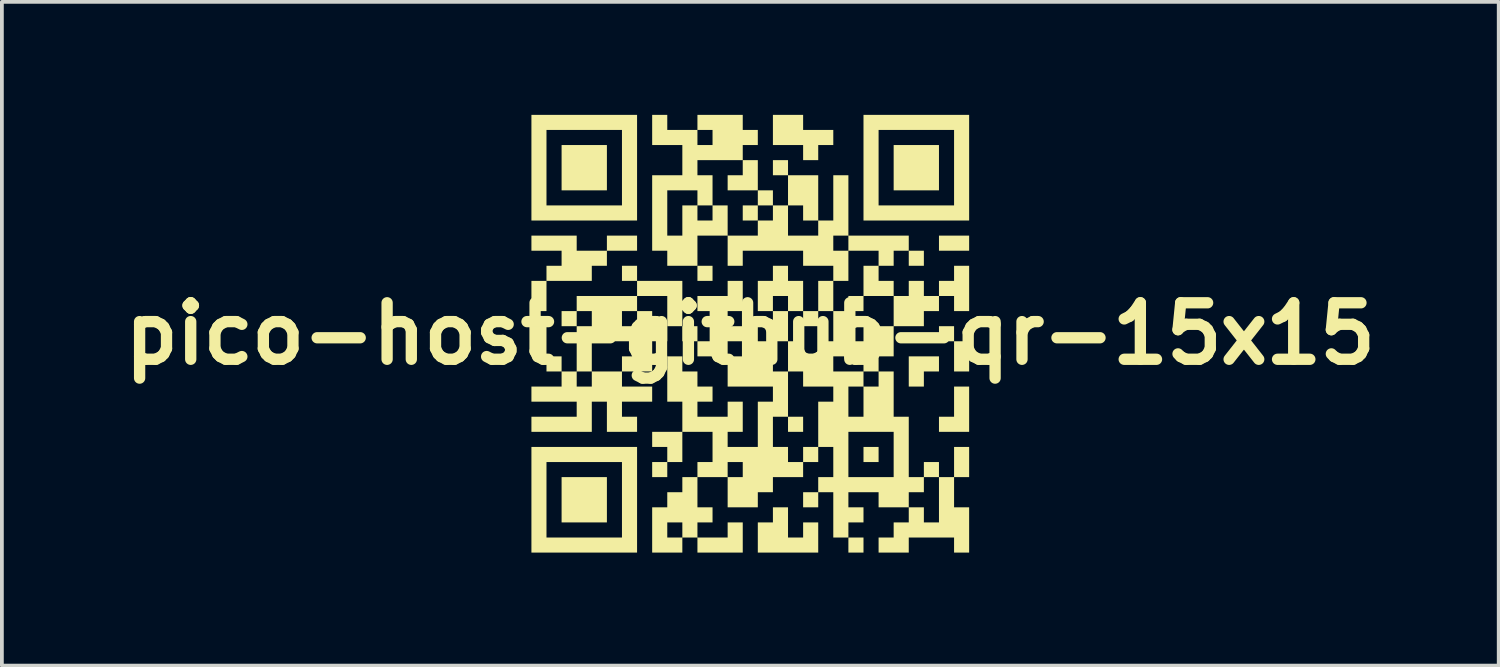
<source format=kicad_pcb>
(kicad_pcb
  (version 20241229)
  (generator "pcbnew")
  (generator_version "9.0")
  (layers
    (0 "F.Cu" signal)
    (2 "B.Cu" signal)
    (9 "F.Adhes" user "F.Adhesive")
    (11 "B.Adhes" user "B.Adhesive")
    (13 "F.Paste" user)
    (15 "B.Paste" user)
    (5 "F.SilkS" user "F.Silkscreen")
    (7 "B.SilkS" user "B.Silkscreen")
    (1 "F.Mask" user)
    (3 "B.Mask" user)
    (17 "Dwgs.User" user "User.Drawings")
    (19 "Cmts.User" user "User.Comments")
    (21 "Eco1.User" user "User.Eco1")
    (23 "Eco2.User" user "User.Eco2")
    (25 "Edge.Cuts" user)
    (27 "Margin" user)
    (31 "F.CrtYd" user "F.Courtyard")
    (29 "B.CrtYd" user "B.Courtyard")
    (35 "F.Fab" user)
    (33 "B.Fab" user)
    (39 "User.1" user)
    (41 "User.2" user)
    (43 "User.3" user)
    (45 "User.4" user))
  (footprint "pico-host-github-qr-15x15"
    (layer "F.Cu")
    (at 16.871 5.811)
    (property "Reference" "pico-host-github-qr-15x15" (at 0 0 0) (layer "F.SilkS") (effects (font (size 1.5 1.5) (thickness 0.3))))
    (attr board_only exclude_from_pos_files exclude_from_bom)
    (fp_poly (pts (xy -5.411 0.2) (xy -5.411 0.601) (xy -5.611 0.601) (xy -5.811 0.601) (xy -5.811 0.2) (xy -5.811 -0.2) (xy -5.611 -0.2) (xy -5.411 -0.2)) (stroke (width 0) (type solid)) (fill yes) (layer "F.SilkS"))
    (fp_poly (pts (xy -3.807 -4.409) (xy -3.807 -3.807) (xy -4.409 -3.807) (xy -5.01 -3.807) (xy -5.01 -4.409) (xy -5.01 -5.01) (xy -4.409 -5.01) (xy -3.807 -5.01)) (stroke (width 0) (type solid)) (fill yes) (layer "F.SilkS"))
    (fp_poly (pts (xy -3.807 4.409) (xy -3.807 5.01) (xy -4.409 5.01) (xy -5.01 5.01) (xy -5.01 4.409) (xy -5.01 3.807) (xy -4.409 3.807) (xy -3.807 3.807)) (stroke (width 0) (type solid)) (fill yes) (layer "F.SilkS"))
    (fp_poly (pts (xy -3.006 -1.603) (xy -3.006 -1.403) (xy -3.206 -1.403) (xy -3.407 -1.403) (xy -3.407 -1.603) (xy -3.407 -1.804) (xy -3.206 -1.804) (xy -3.006 -1.804)) (stroke (width 0) (type solid)) (fill yes) (layer "F.SilkS"))
    (fp_poly (pts (xy -1.002 -1.603) (xy -1.002 -1.403) (xy -1.202 -1.403) (xy -1.403 -1.403) (xy -1.403 -1.603) (xy -1.403 -1.804) (xy -1.202 -1.804) (xy -1.002 -1.804)) (stroke (width 0) (type solid)) (fill yes) (layer "F.SilkS"))
    (fp_poly (pts (xy 0.2 -3.206) (xy 0.2 -3.006) (xy 0 -3.006) (xy -0.2 -3.006) (xy -0.2 -3.206) (xy -0.2 -3.407) (xy 0 -3.407) (xy 0.2 -3.407)) (stroke (width 0) (type solid)) (fill yes) (layer "F.SilkS"))
    (fp_poly (pts (xy 1.002 -4.409) (xy 1.002 -4.208) (xy 0.802 -4.208) (xy 0.601 -4.208) (xy 0.601 -4.409) (xy 0.601 -4.609) (xy 0.802 -4.609) (xy 1.002 -4.609)) (stroke (width 0) (type solid)) (fill yes) (layer "F.SilkS"))
    (fp_poly (pts (xy 1.403 2.405) (xy 1.403 2.605) (xy 1.202 2.605) (xy 1.002 2.605) (xy 1.002 2.405) (xy 1.002 2.204) (xy 1.202 2.204) (xy 1.403 2.204)) (stroke (width 0) (type solid)) (fill yes) (layer "F.SilkS"))
    (fp_poly (pts (xy 3.006 -0.802) (xy 3.006 -0.601) (xy 2.806 -0.601) (xy 2.605 -0.601) (xy 2.605 -0.802) (xy 2.605 -1.002) (xy 2.806 -1.002) (xy 3.006 -1.002)) (stroke (width 0) (type solid)) (fill yes) (layer "F.SilkS"))
    (fp_poly (pts (xy 3.006 5.611) (xy 3.006 5.811) (xy 2.806 5.811) (xy 2.605 5.811) (xy 2.605 5.611) (xy 2.605 5.411) (xy 2.806 5.411) (xy 3.006 5.411)) (stroke (width 0) (type solid)) (fill yes) (layer "F.SilkS"))
    (fp_poly (pts (xy 3.407 3.206) (xy 3.407 3.407) (xy 3.206 3.407) (xy 3.006 3.407) (xy 3.006 3.206) (xy 3.006 3.006) (xy 3.206 3.006) (xy 3.407 3.006)) (stroke (width 0) (type solid)) (fill yes) (layer "F.SilkS"))
    (fp_poly (pts (xy 4.609 -2.004) (xy 4.609 -1.804) (xy 4.409 -1.804) (xy 4.208 -1.804) (xy 4.208 -2.004) (xy 4.208 -2.204) (xy 4.409 -2.204) (xy 4.609 -2.204)) (stroke (width 0) (type solid)) (fill yes) (layer "F.SilkS"))
    (fp_poly (pts (xy 5.01 -4.409) (xy 5.01 -3.807) (xy 4.409 -3.807) (xy 3.807 -3.807) (xy 3.807 -4.409) (xy 3.807 -5.01) (xy 4.409 -5.01) (xy 5.01 -5.01)) (stroke (width 0) (type solid)) (fill yes) (layer "F.SilkS"))
    (fp_poly (pts (xy 5.411 0) (xy 5.411 0.2) (xy 5.21 0.2) (xy 5.01 0.2) (xy 5.01 0) (xy 5.01 -0.2) (xy 5.21 -0.2) (xy 5.411 -0.2)) (stroke (width 0) (type solid)) (fill yes) (layer "F.SilkS"))
    (fp_poly (pts (xy 5.811 -2.405) (xy 5.811 -2.204) (xy 5.411 -2.204) (xy 5.01 -2.204) (xy 5.01 -2.405) (xy 5.01 -2.605) (xy 5.411 -2.605) (xy 5.811 -2.605)) (stroke (width 0) (type solid)) (fill yes) (layer "F.SilkS"))
    (fp_poly (pts (xy 5.811 0.601) (xy 5.811 1.002) (xy 5.611 1.002) (xy 5.411 1.002) (xy 5.411 0.601) (xy 5.411 0.2) (xy 5.611 0.2) (xy 5.811 0.2)) (stroke (width 0) (type solid)) (fill yes) (layer "F.SilkS"))
    (fp_poly (pts (xy 0.2 -4.208) (xy 0.2 -3.807) (xy -0.2 -3.807) (xy -0.601 -3.807) (xy -0.601 -4.008) (xy -0.601 -4.208) (xy -0.401 -4.208) (xy -0.2 -4.208) (xy -0.2 -4.409) (xy -0.2 -4.609) (xy 0 -4.609) (xy 0.2 -4.609)) (stroke (width 0) (type solid)) (fill yes) (layer "F.SilkS"))
    (fp_poly (pts (xy 5.01 0.802) (xy 5.01 1.002) (xy 4.809 1.002) (xy 4.609 1.002) (xy 4.609 1.202) (xy 4.609 1.403) (xy 4.409 1.403) (xy 4.208 1.403) (xy 4.208 1.002) (xy 4.208 0.601) (xy 4.609 0.601) (xy 5.01 0.601)) (stroke (width 0) (type solid)) (fill yes) (layer "F.SilkS"))
    (fp_poly (pts (xy 5.811 2.004) (xy 5.811 2.605) (xy 5.411 2.605) (xy 5.01 2.605) (xy 5.01 2.405) (xy 5.01 2.204) (xy 5.21 2.204) (xy 5.411 2.204) (xy 5.411 1.804) (xy 5.411 1.403) (xy 5.611 1.403) (xy 5.811 1.403)) (stroke (width 0) (type solid)) (fill yes) (layer "F.SilkS"))
    (fp_poly (pts (xy -3.006 -4.409) (xy -3.006 -3.006) (xy -4.409 -3.006) (xy -5.811 -3.006) (xy -5.811 -4.409) (xy -5.811 -5.411) (xy -5.411 -5.411) (xy -5.411 -4.409) (xy -5.411 -3.407) (xy -4.409 -3.407) (xy -3.407 -3.407) (xy -3.407 -4.409) (xy -3.407 -5.411) (xy -4.409 -5.411) (xy -5.411 -5.411) (xy -5.811 -5.411) (xy -5.811 -5.811) (xy -4.409 -5.811) (xy -3.006 -5.811)) (stroke (width 0) (type solid)) (fill yes) (layer "F.SilkS"))
    (fp_poly (pts (xy -3.006 4.409) (xy -3.006 5.811) (xy -4.409 5.811) (xy -5.811 5.811) (xy -5.811 4.409) (xy -5.811 3.407) (xy -5.411 3.407) (xy -5.411 4.409) (xy -5.411 5.411) (xy -4.409 5.411) (xy -3.407 5.411) (xy -3.407 4.409) (xy -3.407 3.407) (xy -4.409 3.407) (xy -5.411 3.407) (xy -5.811 3.407) (xy -5.811 3.006) (xy -4.409 3.006) (xy -3.006 3.006)) (stroke (width 0) (type solid)) (fill yes) (layer "F.SilkS"))
    (fp_poly (pts (xy 5.811 -4.409) (xy 5.811 -3.006) (xy 4.409 -3.006) (xy 3.006 -3.006) (xy 3.006 -4.409) (xy 3.006 -5.411) (xy 3.407 -5.411) (xy 3.407 -4.409) (xy 3.407 -3.407) (xy 4.409 -3.407) (xy 5.411 -3.407) (xy 5.411 -4.409) (xy 5.411 -5.411) (xy 4.409 -5.411) (xy 3.407 -5.411) (xy 3.006 -5.411) (xy 3.006 -5.811) (xy 4.409 -5.811) (xy 5.811 -5.811)) (stroke (width 0) (type solid)) (fill yes) (layer "F.SilkS"))
    (fp_poly (pts (xy 1.002 5.01) (xy 1.002 5.411) (xy 1.202 5.411) (xy 1.403 5.411) (xy 1.403 5.21) (xy 1.403 5.01) (xy 1.603 5.01) (xy 1.804 5.01) (xy 1.804 5.411) (xy 1.804 5.811) (xy 1.002 5.811) (xy 0.2 5.811) (xy 0.2 5.411) (xy 0.2 5.01) (xy 0.401 5.01) (xy 0.601 5.01) (xy 0.601 4.809) (xy 0.601 4.609) (xy 0.802 4.609) (xy 1.002 4.609)) (stroke (width 0) (type solid)) (fill yes) (layer "F.SilkS"))
    (fp_poly (pts (xy 1.403 -5.611) (xy 1.403 -5.411) (xy 1.804 -5.411) (xy 2.204 -5.411) (xy 2.204 -5.21) (xy 2.204 -5.01) (xy 2.004 -5.01) (xy 1.804 -5.01) (xy 1.804 -4.809) (xy 1.804 -4.609) (xy 1.603 -4.609) (xy 1.403 -4.609) (xy 1.403 -4.809) (xy 1.403 -5.01) (xy 1.002 -5.01) (xy 0.601 -5.01) (xy 0.601 -5.411) (xy 0.601 -5.811) (xy 1.002 -5.811) (xy 1.403 -5.811)) (stroke (width 0) (type solid)) (fill yes) (layer "F.SilkS"))
    (fp_poly (pts (xy -4.609 -2.405) (xy -4.609 -2.204) (xy -4.208 -2.204) (xy -3.807 -2.204) (xy -3.807 -2.405) (xy -3.807 -2.605) (xy -3.407 -2.605) (xy -3.006 -2.605) (xy -3.006 -2.405) (xy -3.006 -2.204) (xy -3.407 -2.204) (xy -3.807 -2.204) (xy -3.807 -2.004) (xy -3.807 -1.804) (xy -4.008 -1.804) (xy -4.208 -1.804) (xy -4.208 -1.603) (xy -4.208 -1.403) (xy -4.809 -1.403) (xy -5.411 -1.403) (xy -5.411 -1.002) (xy -5.411 -0.601) (xy -5.611 -0.601) (xy -5.811 -0.601) (xy -5.811 -1.002) (xy -5.811 -1.403) (xy -5.611 -1.403) (xy -5.411 -1.403) (xy -5.411 -1.603) (xy -5.411 -1.804) (xy -5.21 -1.804) (xy -5.01 -1.804) (xy -5.01 -2.004) (xy -5.01 -2.204) (xy -5.411 -2.204) (xy -5.811 -2.204) (xy -5.811 -2.405) (xy -5.811 -2.605) (xy -5.21 -2.605) (xy -4.609 -2.605)) (stroke (width 0) (type solid)) (fill yes) (layer "F.SilkS"))
    (fp_poly (pts (xy -1.804 -0.802) (xy -1.804 -0.2) (xy -2.004 -0.2) (xy -2.204 -0.2) (xy -2.204 0) (xy -2.204 0.2) (xy -2.405 0.2) (xy -2.605 0.2) (xy -2.605 0.601) (xy -2.605 1.002) (xy -3.006 1.002) (xy -3.407 1.002) (xy -3.407 1.202) (xy -3.407 1.403) (xy -3.006 1.403) (xy -2.605 1.403) (xy -2.605 1.603) (xy -2.605 1.804) (xy -3.006 1.804) (xy -3.407 1.804) (xy -3.407 2.004) (xy -3.407 2.204) (xy -3.206 2.204) (xy -3.006 2.204) (xy -3.006 2.405) (xy -3.006 2.605) (xy -3.407 2.605) (xy -3.807 2.605) (xy -3.807 2.204) (xy -3.807 1.804) (xy -4.008 1.804) (xy -4.208 1.804) (xy -4.208 2.204) (xy -4.208 2.605) (xy -5.01 2.605) (xy -5.811 2.605) (xy -5.811 2.405) (xy -5.811 2.204) (xy -5.21 2.204) (xy -4.609 2.204) (xy -4.609 2.004) (xy -4.609 1.804) (xy -5.21 1.804) (xy -5.811 1.804) (xy -5.811 1.603) (xy -5.811 1.403) (xy -5.411 1.403) (xy -5.01 1.403) (xy -4.609 1.403) (xy -4.409 1.403) (xy -4.208 1.403) (xy -4.208 1.202) (xy -4.208 1.002) (xy -3.807 1.002) (xy -3.407 1.002) (xy -3.407 0.802) (xy -3.407 0.601) (xy -3.206 0.601) (xy -3.006 0.601) (xy -3.006 0.401) (xy -3.006 0.2) (xy -3.607 0.2) (xy -4.208 0.2) (xy -4.208 0.601) (xy -4.208 1.002) (xy -4.409 1.002) (xy -4.609 1.002) (xy -4.609 1.202) (xy -4.609 1.403) (xy -5.01 1.403) (xy -5.01 1.202) (xy -5.01 1.002) (xy -5.21 1.002) (xy -5.411 1.002) (xy -5.411 0.802) (xy -5.411 0.601) (xy -5.21 0.601) (xy -5.01 0.601) (xy -5.01 0.802) (xy -5.01 1.002) (xy -4.809 1.002) (xy -4.609 1.002) (xy -4.609 0.401) (xy -4.609 -0.2) (xy -4.809 -0.2) (xy -5.01 -0.2) (xy -5.01 -0.401) (xy -5.01 -0.601) (xy -4.809 -0.601) (xy -4.609 -0.601) (xy -4.609 -0.401) (xy -4.609 -0.2) (xy -4.409 -0.2) (xy -4.208 -0.2) (xy -3.407 -0.2) (xy -3.206 -0.2) (xy -3.006 -0.2) (xy -3.006 -0.401) (xy -3.006 -0.601) (xy -2.806 -0.601) (xy -2.605 -0.601) (xy -2.605 -0.401) (xy -2.605 -0.2) (xy -2.405 -0.2) (xy -2.204 -0.2) (xy -2.204 -0.601) (xy -2.204 -1.002) (xy -2.605 -1.002) (xy -3.006 -1.002) (xy -3.006 -0.802) (xy -3.006 -0.601) (xy -3.206 -0.601) (xy -3.407 -0.601) (xy -3.407 -0.401) (xy -3.407 -0.2) (xy -4.208 -0.2) (xy -4.208 -0.401) (xy -4.208 -0.601) (xy -4.409 -0.601) (xy -4.609 -0.601) (xy -4.609 -0.802) (xy -4.609 -1.002) (xy -3.807 -1.002) (xy -3.006 -1.002) (xy -3.006 -1.202) (xy -3.006 -1.403) (xy -2.405 -1.403) (xy -1.804 -1.403)) (stroke (width 0) (type solid)) (fill yes) (layer "F.SilkS"))
    (fp_poly (pts (xy -2.204 -5.611) (xy -2.204 -5.411) (xy -1.804 -5.411) (xy -1.403 -5.411) (xy -1.403 -5.21) (xy -1.403 -5.01) (xy -1.202 -5.01) (xy -1.002 -5.01) (xy -1.002 -5.21) (xy -1.002 -5.411) (xy -1.202 -5.411) (xy -1.403 -5.411) (xy -1.403 -5.611) (xy -1.403 -5.811) (xy -0.802 -5.811) (xy -0.2 -5.811) (xy -0.2 -5.611) (xy -0.2 -5.411) (xy 0 -5.411) (xy 0.2 -5.411) (xy 0.2 -5.21) (xy 0.2 -5.01) (xy 0 -5.01) (xy -0.2 -5.01) (xy -0.2 -4.809) (xy -0.2 -4.609) (xy -0.802 -4.609) (xy -1.403 -4.609) (xy -1.403 -4.409) (xy -1.403 -4.208) (xy -1.202 -4.208) (xy -1.002 -4.208) (xy -1.002 -3.807) (xy -1.002 -3.407) (xy -1.202 -3.407) (xy -1.403 -3.407) (xy -1.403 -3.607) (xy -1.403 -3.807) (xy -1.804 -3.807) (xy -2.204 -3.807) (xy -2.204 -3.206) (xy -2.204 -2.605) (xy -2.004 -2.605) (xy -1.804 -2.605) (xy -1.804 -3.006) (xy -1.804 -3.407) (xy -1.603 -3.407) (xy -1.403 -3.407) (xy -1.403 -3.206) (xy -1.403 -3.006) (xy -1.202 -3.006) (xy -1.002 -3.006) (xy -1.002 -3.206) (xy -1.002 -3.407) (xy -0.802 -3.407) (xy -0.601 -3.407) (xy -0.601 -3.006) (xy -0.601 -2.605) (xy -0.2 -2.605) (xy 0.2 -2.605) (xy 0.2 -2.806) (xy 0.2 -3.006) (xy 0.401 -3.006) (xy 0.601 -3.006) (xy 0.601 -3.206) (xy 0.601 -3.407) (xy 0.401 -3.407) (xy 0.2 -3.407) (xy 0.2 -3.607) (xy 0.2 -3.807) (xy 0.401 -3.807) (xy 0.601 -3.807) (xy 0.601 -3.607) (xy 0.601 -3.407) (xy 0.802 -3.407) (xy 1.002 -3.407) (xy 1.002 -3.006) (xy 1.002 -2.605) (xy 1.403 -2.605) (xy 1.804 -2.605) (xy 1.804 -2.806) (xy 1.804 -3.006) (xy 1.603 -3.006) (xy 1.403 -3.006) (xy 1.403 -3.206) (xy 1.403 -3.407) (xy 1.202 -3.407) (xy 1.002 -3.407) (xy 1.002 -3.807) (xy 1.002 -4.208) (xy 1.403 -4.208) (xy 1.804 -4.208) (xy 1.804 -3.607) (xy 1.804 -3.006) (xy 2.004 -3.006) (xy 2.204 -3.006) (xy 2.204 -3.607) (xy 2.204 -4.208) (xy 2.405 -4.208) (xy 2.605 -4.208) (xy 2.605 -3.407) (xy 2.605 -2.605) (xy 2.405 -2.605) (xy 2.204 -2.605) (xy 2.204 -2.405) (xy 2.204 -2.204) (xy 2.405 -2.204) (xy 2.605 -2.204) (xy 2.605 -2.405) (xy 2.605 -2.605) (xy 3.407 -2.605) (xy 4.208 -2.605) (xy 4.208 -2.405) (xy 4.208 -2.204) (xy 4.008 -2.204) (xy 3.807 -2.204) (xy 3.807 -2.004) (xy 3.807 -1.804) (xy 3.607 -1.804) (xy 3.407 -1.804) (xy 3.407 -1.603) (xy 3.407 -1.403) (xy 3.607 -1.403) (xy 3.807 -1.403) (xy 3.807 -1.202) (xy 3.807 -1.002) (xy 4.008 -1.002) (xy 4.208 -1.002) (xy 4.208 -1.202) (xy 4.208 -1.403) (xy 4.409 -1.403) (xy 4.609 -1.403) (xy 4.609 -1.202) (xy 4.609 -1.002) (xy 4.809 -1.002) (xy 5.01 -1.002) (xy 5.01 -1.202) (xy 5.01 -1.403) (xy 5.21 -1.403) (xy 5.411 -1.403) (xy 5.411 -1.603) (xy 5.411 -1.804) (xy 5.611 -1.804) (xy 5.811 -1.804) (xy 5.811 -1.202) (xy 5.811 -0.601) (xy 5.611 -0.601) (xy 5.411 -0.601) (xy 5.411 -0.802) (xy 5.411 -1.002) (xy 5.21 -1.002) (xy 5.01 -1.002) (xy 5.01 -0.802) (xy 5.01 -0.601) (xy 4.809 -0.601) (xy 4.609 -0.601) (xy 4.609 -0.401) (xy 4.609 -0.2) (xy 4.208 -0.2) (xy 3.807 -0.2) (xy 3.807 0.2) (xy 3.807 0.601) (xy 3.607 0.601) (xy 3.407 0.601) (xy 3.407 0.802) (xy 3.407 1.002) (xy 3.206 1.002) (xy 3.006 1.002) (xy 3.006 1.202) (xy 3.006 1.403) (xy 2.806 1.403) (xy 2.605 1.403) (xy 2.605 1.804) (xy 2.605 2.204) (xy 2.806 2.204) (xy 3.006 2.204) (xy 3.006 1.804) (xy 3.006 1.403) (xy 3.206 1.403) (xy 3.407 1.403) (xy 3.407 1.202) (xy 3.407 1.002) (xy 3.607 1.002) (xy 3.807 1.002) (xy 3.807 1.603) (xy 3.807 2.204) (xy 4.008 2.204) (xy 4.208 2.204) (xy 4.208 3.006) (xy 4.208 3.807) (xy 4.409 3.807) (xy 4.609 3.807) (xy 4.609 3.607) (xy 4.609 3.407) (xy 4.809 3.407) (xy 5.01 3.407) (xy 5.01 3.607) (xy 5.01 3.807) (xy 5.21 3.807) (xy 5.411 3.807) (xy 5.411 3.407) (xy 5.411 3.006) (xy 5.611 3.006) (xy 5.811 3.006) (xy 5.811 3.407) (xy 5.811 3.807) (xy 5.611 3.807) (xy 5.411 3.807) (xy 5.411 4.208) (xy 5.411 4.609) (xy 5.611 4.609) (xy 5.811 4.609) (xy 5.811 5.21) (xy 5.811 5.811) (xy 5.611 5.811) (xy 5.411 5.811) (xy 5.411 5.611) (xy 5.411 5.411) (xy 4.809 5.411) (xy 4.208 5.411) (xy 4.208 5.611) (xy 4.208 5.811) (xy 3.807 5.811) (xy 3.407 5.811) (xy 3.407 5.611) (xy 3.407 5.411) (xy 3.607 5.411) (xy 3.807 5.411) (xy 3.807 5.21) (xy 3.807 5.01) (xy 4.008 5.01) (xy 4.208 5.01) (xy 4.208 4.809) (xy 4.208 4.609) (xy 4.409 4.609) (xy 4.609 4.609) (xy 4.609 4.809) (xy 4.609 5.01) (xy 4.809 5.01) (xy 5.01 5.01) (xy 5.01 4.409) (xy 5.01 3.807) (xy 4.809 3.807) (xy 4.609 3.807) (xy 4.609 4.008) (xy 4.609 4.208) (xy 4.409 4.208) (xy 4.208 4.208) (xy 4.208 4.409) (xy 4.208 4.609) (xy 3.807 4.609) (xy 3.407 4.609) (xy 3.407 4.409) (xy 3.407 4.208) (xy 3.006 4.208) (xy 2.605 4.208) (xy 2.605 4.409) (xy 2.605 4.609) (xy 2.806 4.609) (xy 3.006 4.609) (xy 3.006 4.809) (xy 3.006 5.01) (xy 2.806 5.01) (xy 2.605 5.01) (xy 2.605 5.21) (xy 2.605 5.411) (xy 2.405 5.411) (xy 2.204 5.411) (xy 2.204 4.809) (xy 2.204 4.208) (xy 2.004 4.208) (xy 1.804 4.208) (xy 1.804 4.409) (xy 1.804 4.609) (xy 1.603 4.609) (xy 1.403 4.609) (xy 1.403 4.409) (xy 1.403 4.208) (xy 1.603 4.208) (xy 1.804 4.208) (xy 1.804 4.008) (xy 1.804 3.807) (xy 2.004 3.807) (xy 2.204 3.807) (xy 2.204 3.407) (xy 2.204 3.006) (xy 2.004 3.006) (xy 1.804 3.006) (xy 1.804 3.206) (xy 1.804 3.407) (xy 1.603 3.407) (xy 1.403 3.407) (xy 1.403 3.607) (xy 1.403 3.807) (xy 1.002 3.807) (xy 0.601 3.807) (xy 0.601 4.008) (xy 0.601 4.208) (xy 0.401 4.208) (xy 0.2 4.208) (xy 0.2 4.409) (xy 0.2 4.609) (xy -0.2 4.609) (xy -0.601 4.609) (xy -0.601 4.208) (xy -0.601 3.807) (xy -1.002 3.807) (xy -1.403 3.807) (xy -1.403 4.208) (xy -1.403 4.609) (xy -1.202 4.609) (xy -1.002 4.609) (xy -1.002 4.809) (xy -1.002 5.01) (xy -1.202 5.01) (xy -1.403 5.01) (xy -1.403 5.21) (xy -1.403 5.411) (xy -1.002 5.411) (xy -0.601 5.411) (xy -0.601 5.21) (xy -0.601 5.01) (xy -0.401 5.01) (xy -0.2 5.01) (xy -0.2 5.411) (xy -0.2 5.811) (xy -0.802 5.811) (xy -1.403 5.811) (xy -1.403 5.611) (xy -1.403 5.411) (xy -1.603 5.411) (xy -1.804 5.411) (xy -1.804 5.611) (xy -1.804 5.811) (xy -2.204 5.811) (xy -2.605 5.811) (xy -2.605 5.21) (xy -2.605 5.01) (xy -2.204 5.01) (xy -2.204 5.21) (xy -2.204 5.411) (xy -2.004 5.411) (xy -1.804 5.411) (xy -1.804 5.21) (xy -1.804 5.01) (xy -2.004 5.01) (xy -2.204 5.01) (xy -2.605 5.01) (xy -2.605 4.609) (xy -2.405 4.609) (xy -2.204 4.609) (xy -2.204 4.409) (xy -2.204 4.208) (xy -2.004 4.208) (xy -1.804 4.208) (xy -1.804 4.008) (xy -1.804 3.807) (xy -1.603 3.807) (xy -1.403 3.807) (xy -1.403 3.607) (xy -1.403 3.407) (xy -1.202 3.407) (xy -1.002 3.407) (xy -0.601 3.407) (xy -0.601 3.607) (xy -0.601 3.807) (xy -0.401 3.807) (xy -0.2 3.807) (xy -0.2 3.607) (xy -0.2 3.407) (xy -0.401 3.407) (xy -0.601 3.407) (xy -1.002 3.407) (xy -1.002 3.006) (xy -1.002 2.605) (xy -1.403 2.605) (xy -1.804 2.605) (xy -1.804 3.006) (xy -1.804 3.407) (xy -2.004 3.407) (xy -2.204 3.407) (xy -2.204 3.607) (xy -2.204 3.807) (xy -2.405 3.807) (xy -2.605 3.807) (xy -2.605 3.607) (xy -2.605 3.407) (xy -2.405 3.407) (xy -2.204 3.407) (xy -2.204 3.206) (xy -2.204 3.006) (xy -2.405 3.006) (xy -2.605 3.006) (xy -2.605 2.806) (xy -2.605 2.605) (xy -2.204 2.605) (xy -1.804 2.605) (xy -1.804 2.204) (xy -1.804 1.804) (xy -2.004 1.804) (xy -2.204 1.804) (xy -2.204 1.202) (xy -2.204 0.601) (xy -2.004 0.601) (xy -1.804 0.601) (xy -1.804 0.802) (xy -1.804 1.002) (xy -1.603 1.002) (xy -1.403 1.002) (xy -1.403 1.202) (xy -1.403 1.403) (xy -1.202 1.403) (xy -1.002 1.403) (xy -1.002 1.603) (xy -1.002 1.804) (xy -1.202 1.804) (xy -1.403 1.804) (xy -1.403 2.004) (xy -1.403 2.204) (xy -1.002 2.204) (xy -0.601 2.204) (xy -0.601 2.004) (xy -0.601 1.804) (xy -0.401 1.804) (xy -0.2 1.804) (xy -0.2 2.204) (xy -0.2 2.605) (xy -0.401 2.605) (xy -0.601 2.605) (xy -0.601 2.806) (xy -0.601 3.006) (xy -0.2 3.006) (xy 0.2 3.006) (xy 0.601 3.006) (xy 0.802 3.006) (xy 1.002 3.006) (xy 1.002 3.206) (xy 1.002 3.407) (xy 1.202 3.407) (xy 1.403 3.407) (xy 1.403 3.206) (xy 1.403 3.006) (xy 1.603 3.006) (xy 1.804 3.006) (xy 1.804 2.605) (xy 2.605 2.605) (xy 2.605 3.206) (xy 2.605 3.807) (xy 3.206 3.807) (xy 3.807 3.807) (xy 3.807 3.206) (xy 3.807 2.605) (xy 3.206 2.605) (xy 2.605 2.605) (xy 1.804 2.605) (xy 1.804 2.405) (xy 1.804 1.804) (xy 2.004 1.804) (xy 2.204 1.804) (xy 2.204 1.603) (xy 2.204 1.403) (xy 1.804 1.403) (xy 1.403 1.403) (xy 1.403 1.202) (xy 1.403 1.002) (xy 1.202 1.002) (xy 1.002 1.002) (xy 1.002 1.603) (xy 1.002 2.204) (xy 0.802 2.204) (xy 0.601 2.204) (xy 0.601 2.605) (xy 0.601 3.006) (xy 0.2 3.006) (xy 0.2 2.405) (xy 0.2 1.804) (xy 0.401 1.804) (xy 0.601 1.804) (xy 0.601 1.603) (xy 0.601 1.403) (xy 0 1.403) (xy -0.601 1.403) (xy -0.601 1.002) (xy 0.601 1.002) (xy 0.802 1.002) (xy 1.002 1.002) (xy 1.002 0.601) (xy 1.002 0.2) (xy 1.202 0.2) (xy 1.403 0.2) (xy 1.403 0.401) (xy 1.403 0.601) (xy 1.603 0.601) (xy 1.804 0.601) (xy 2.204 0.601) (xy 2.204 0.802) (xy 2.204 1.002) (xy 2.605 1.002) (xy 3.006 1.002) (xy 3.006 0.802) (xy 3.006 0.601) (xy 2.605 0.601) (xy 2.204 0.601) (xy 1.804 0.601) (xy 1.804 0.401) (xy 1.804 0.2) (xy 2.004 0.2) (xy 2.204 0.2) (xy 2.204 -0.2) (xy 2.204 -0.601) (xy 2.405 -0.601) (xy 2.605 -0.601) (xy 2.605 -0.2) (xy 2.605 0.2) (xy 2.806 0.2) (xy 3.006 0.2) (xy 3.006 0) (xy 3.006 -0.2) (xy 3.407 -0.2) (xy 3.807 -0.2) (xy 3.807 -0.601) (xy 3.807 -1.002) (xy 3.407 -1.002) (xy 3.006 -1.002) (xy 3.006 -1.403) (xy 3.006 -1.804) (xy 3.206 -1.804) (xy 3.407 -1.804) (xy 3.407 -2.004) (xy 3.407 -2.204) (xy 3.006 -2.204) (xy 2.605 -2.204) (xy 2.605 -1.804) (xy 2.605 -1.403) (xy 2.405 -1.403) (xy 2.204 -1.403) (xy 2.204 -1.002) (xy 2.204 -0.601) (xy 2.004 -0.601) (xy 1.804 -0.601) (xy 1.804 -0.401) (xy 1.804 -0.2) (xy 1.603 -0.2) (xy 1.403 -0.2) (xy 1.403 -0.401) (xy 1.403 -0.601) (xy 1.202 -0.601) (xy 1.002 -0.601) (xy 1.002 -0.2) (xy 1.002 0.2) (xy 0.802 0.2) (xy 0.601 0.2) (xy 0.601 0.601) (xy 0.601 1.002) (xy -0.601 1.002) (xy -0.601 0.601) (xy -1.002 0.601) (xy -1.403 0.601) (xy -1.403 0.401) (xy -1.403 0.2) (xy -1.603 0.2) (xy -1.804 0.2) (xy -1.804 0) (xy -1.804 -0.2) (xy -1.603 -0.2) (xy -1.403 -0.2) (xy -1.403 0) (xy -1.403 0.2) (xy -1.202 0.2) (xy -1.002 0.2) (xy -0.601 0.2) (xy -0.601 0.401) (xy -0.601 0.601) (xy -0.401 0.601) (xy -0.2 0.601) (xy -0.2 0.401) (xy -0.2 0.2) (xy -0.401 0.2) (xy -0.601 0.2) (xy -1.002 0.2) (xy -1.002 -0.2) (xy -1.002 -0.601) (xy -1.202 -0.601) (xy -1.403 -0.601) (xy -1.403 -0.802) (xy -1.403 -1.002) (xy -1.002 -1.002) (xy -0.601 -1.002) (xy -0.601 -1.202) (xy -0.601 -1.403) (xy -0.401 -1.403) (xy -0.2 -1.403) (xy -0.2 -1.002) (xy -0.2 -0.601) (xy -0.401 -0.601) (xy -0.601 -0.601) (xy -0.601 -0.401) (xy -0.601 -0.2) (xy -0.2 -0.2) (xy 0.2 -0.2) (xy 0.2 0) (xy 0.2 0.2) (xy 0.401 0.2) (xy 0.601 0.2) (xy 0.601 -0.2) (xy 0.601 -0.601) (xy 0.401 -0.601) (xy 0.2 -0.601) (xy 0.2 -1.002) (xy 0.601 -1.002) (xy 0.601 -0.802) (xy 0.601 -0.601) (xy 0.802 -0.601) (xy 1.002 -0.601) (xy 1.002 -0.802) (xy 1.002 -1.002) (xy 0.802 -1.002) (xy 0.601 -1.002) (xy 0.2 -1.002) (xy 0.2 -1.403) (xy 0.401 -1.403) (xy 0.601 -1.403) (xy 0.601 -1.603) (xy 0.601 -1.804) (xy 0.802 -1.804) (xy 1.002 -1.804) (xy 1.002 -1.603) (xy 1.002 -1.403) (xy 1.202 -1.403) (xy 1.403 -1.403) (xy 1.403 -1.002) (xy 1.403 -0.601) (xy 1.603 -0.601) (xy 1.804 -0.601) (xy 1.804 -1.002) (xy 1.804 -1.403) (xy 2.004 -1.403) (xy 2.204 -1.403) (xy 2.204 -1.603) (xy 2.204 -1.804) (xy 1.804 -1.804) (xy 1.403 -1.804) (xy 1.403 -2.004) (xy 1.403 -2.204) (xy 0.601 -2.204) (xy -0.2 -2.204) (xy -0.2 -2.004) (xy -0.2 -1.804) (xy -0.401 -1.804) (xy -0.601 -1.804) (xy -0.601 -2.204) (xy -0.601 -2.605) (xy -1.002 -2.605) (xy -1.403 -2.605) (xy -1.403 -2.204) (xy -1.403 -1.804) (xy -1.804 -1.804) (xy -2.204 -1.804) (xy -2.204 -2.004) (xy -2.204 -2.204) (xy -2.405 -2.204) (xy -2.605 -2.204) (xy -2.605 -3.206) (xy -2.605 -4.208) (xy -2.204 -4.208) (xy -1.804 -4.208) (xy -1.804 -4.609) (xy -1.804 -5.01) (xy -2.204 -5.01) (xy -2.605 -5.01) (xy -2.605 -5.411) (xy -2.605 -5.811) (xy -2.405 -5.811) (xy -2.204 -5.811)) (stroke (width 0) (type solid)) (fill yes) (layer "F.SilkS")))
  (gr_rect
    (start -3 -3)
    (end 36.743 14.623)
    (stroke (width 0.1) (type default))
    (fill no)
    (layer "Edge.Cuts")))
</source>
